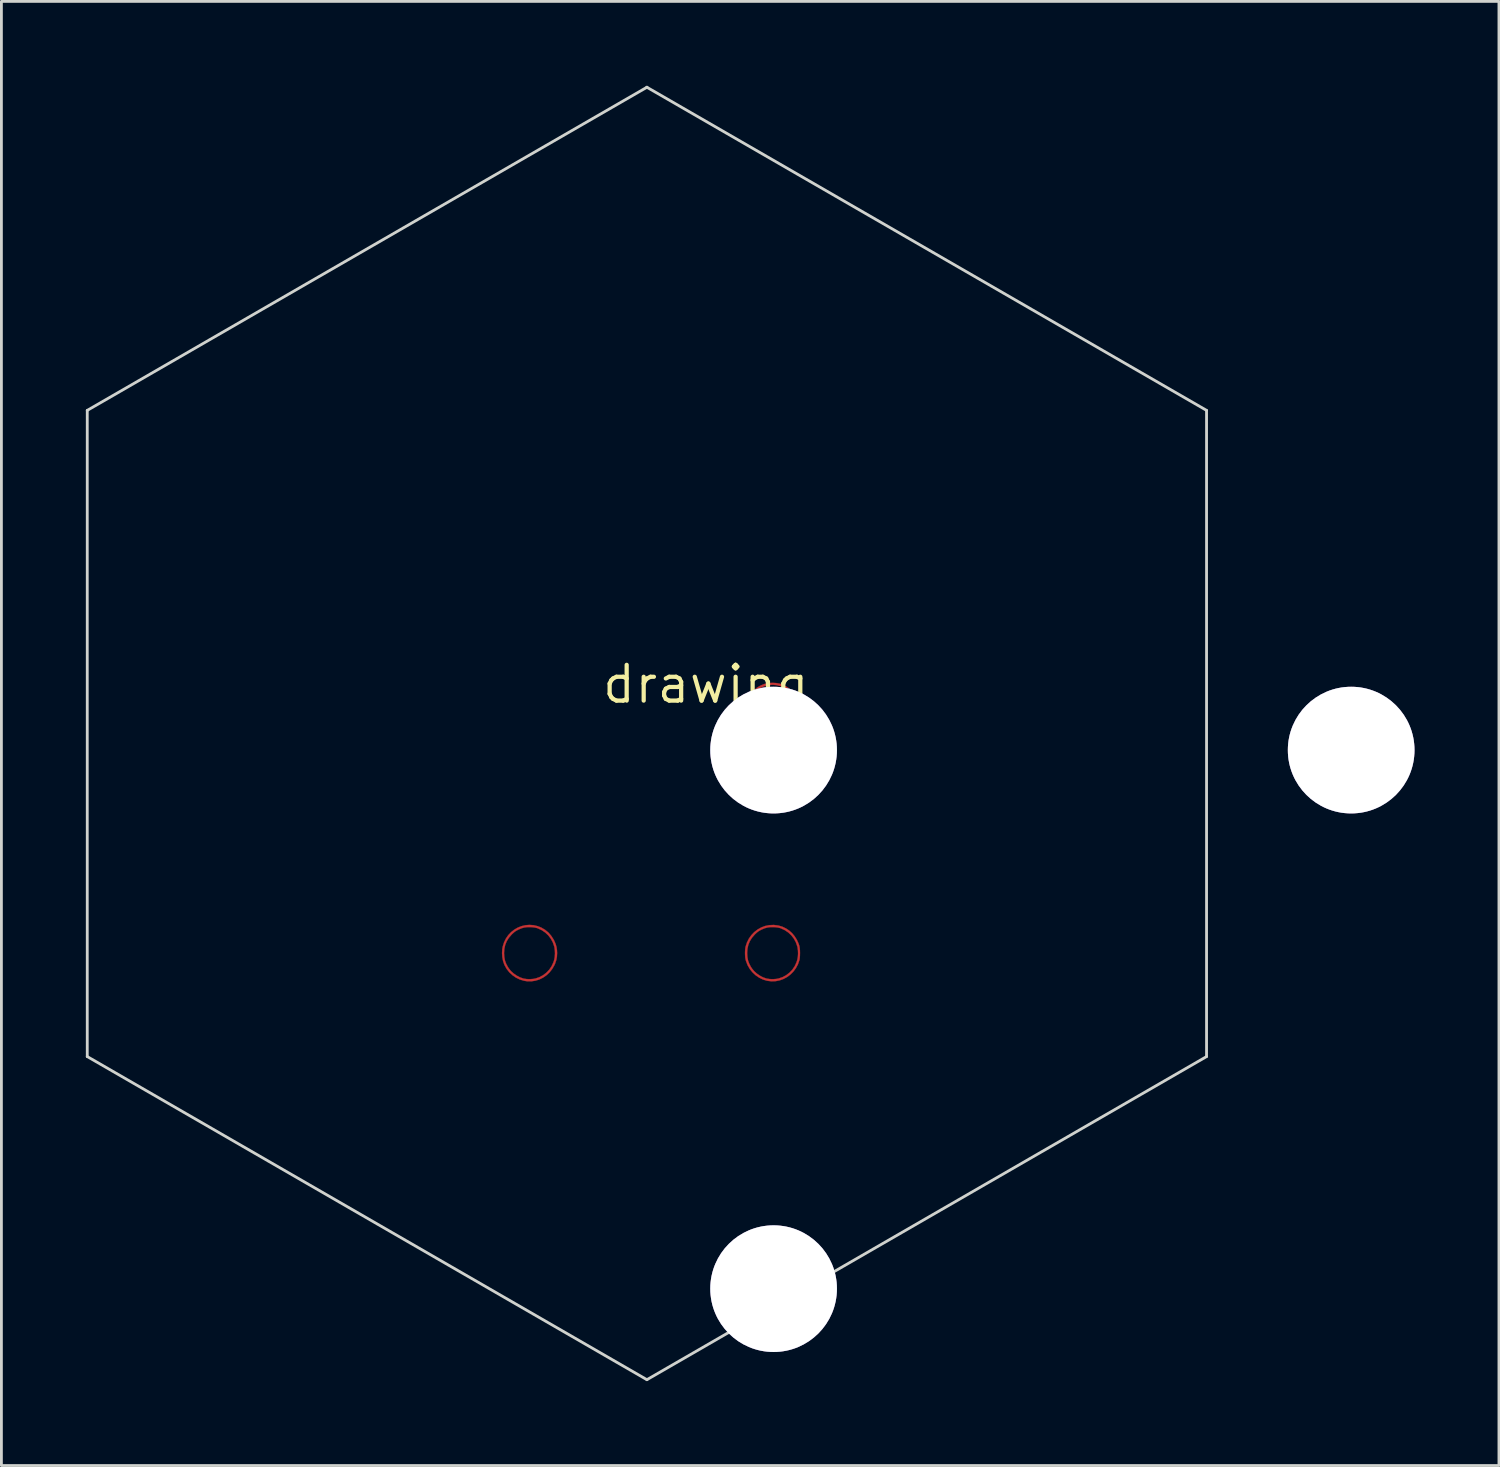
<source format=kicad_pcb>
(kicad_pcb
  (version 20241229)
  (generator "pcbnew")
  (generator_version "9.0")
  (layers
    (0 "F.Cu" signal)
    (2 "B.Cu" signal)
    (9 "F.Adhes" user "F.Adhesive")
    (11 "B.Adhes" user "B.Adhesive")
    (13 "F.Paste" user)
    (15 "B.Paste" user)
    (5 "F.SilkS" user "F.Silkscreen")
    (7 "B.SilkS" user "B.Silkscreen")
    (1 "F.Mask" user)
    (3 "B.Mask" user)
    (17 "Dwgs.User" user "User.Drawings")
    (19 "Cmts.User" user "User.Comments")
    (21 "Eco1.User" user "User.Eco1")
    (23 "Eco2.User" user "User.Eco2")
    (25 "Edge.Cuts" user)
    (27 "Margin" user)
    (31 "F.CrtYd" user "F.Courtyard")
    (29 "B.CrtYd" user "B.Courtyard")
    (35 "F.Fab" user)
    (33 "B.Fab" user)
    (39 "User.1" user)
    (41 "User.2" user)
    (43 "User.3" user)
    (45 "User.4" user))
  (footprint "drawing"
    (layer "F.Cu")
    (at 22.025 21.26)
    (property "Reference" "drawing" (at 0 0 0) (layer "F.SilkS") (effects (font (size 1.27 1.27) (thickness 0.15))))
    (attr through_hole)
    (fp_poly (pts (xy -6.121 8.558) (xy -5.976 8.592) (xy -5.848 8.642) (xy -5.713 8.721) (xy -5.594 8.818) (xy -5.492 8.936) (xy -5.406 9.071) (xy -5.385 9.112) (xy -5.336 9.226) (xy -5.305 9.333) (xy -5.288 9.443) (xy -5.283 9.55) (xy -5.29 9.68) (xy -5.312 9.797) (xy -5.35 9.912) (xy -5.379 9.978) (xy -5.458 10.115) (xy -5.553 10.236) (xy -5.663 10.339) (xy -5.785 10.423) (xy -5.917 10.488) (xy -6.057 10.531) (xy -6.203 10.552) (xy -6.353 10.549) (xy -6.458 10.533) (xy -6.606 10.488) (xy -6.745 10.421) (xy -6.871 10.334) (xy -6.983 10.229) (xy -7.078 10.107) (xy -7.154 9.97) (xy -7.158 9.96) (xy -7.202 9.835) (xy -7.229 9.697) (xy -7.239 9.555) (xy -7.239 9.55) (xy -7.168 9.55) (xy -7.16 9.686) (xy -7.137 9.809) (xy -7.095 9.925) (xy -7.033 10.042) (xy -6.996 10.098) (xy -6.922 10.189) (xy -6.828 10.274) (xy -6.721 10.349) (xy -6.608 10.409) (xy -6.494 10.45) (xy -6.463 10.458) (xy -6.358 10.473) (xy -6.243 10.476) (xy -6.13 10.467) (xy -6.05 10.452) (xy -5.909 10.404) (xy -5.779 10.334) (xy -5.662 10.244) (xy -5.561 10.138) (xy -5.478 10.015) (xy -5.415 9.879) (xy -5.384 9.782) (xy -5.366 9.682) (xy -5.359 9.569) (xy -5.363 9.455) (xy -5.377 9.349) (xy -5.384 9.317) (xy -5.434 9.172) (xy -5.505 9.039) (xy -5.596 8.92) (xy -5.705 8.818) (xy -5.83 8.734) (xy -5.969 8.67) (xy -5.994 8.661) (xy -6.073 8.642) (xy -6.172 8.63) (xy -6.218 8.627) (xy -6.338 8.627) (xy -6.444 8.64) (xy -6.547 8.668) (xy -6.654 8.713) (xy -6.671 8.722) (xy -6.732 8.754) (xy -6.783 8.787) (xy -6.831 8.827) (xy -6.887 8.879) (xy -6.897 8.889) (xy -6.997 9.005) (xy -7.073 9.127) (xy -7.127 9.259) (xy -7.158 9.401) (xy -7.168 9.55) (xy -7.239 9.55) (xy -7.232 9.414) (xy -7.214 9.313) (xy -7.166 9.164) (xy -7.099 9.029) (xy -7.015 8.908) (xy -6.915 8.803) (xy -6.802 8.715) (xy -6.679 8.644) (xy -6.547 8.592) (xy -6.408 8.559) (xy -6.266 8.548) (xy -6.121 8.558)) (stroke (width 0.01) (type solid)) (fill yes) (layer "F.Cu"))
    (fp_poly (pts (xy 2.498 -0.044) (xy 2.612 -0.025) (xy 2.673 -0.008) (xy 2.805 0.048) (xy 2.924 0.121) (xy 3.036 0.215) (xy 3.055 0.234) (xy 3.16 0.355) (xy 3.242 0.488) (xy 3.302 0.63) (xy 3.339 0.779) (xy 3.352 0.932) (xy 3.342 1.088) (xy 3.308 1.244) (xy 3.284 1.313) (xy 3.221 1.447) (xy 3.135 1.572) (xy 3.032 1.685) (xy 2.915 1.782) (xy 2.798 1.852) (xy 2.701 1.892) (xy 2.589 1.922) (xy 2.47 1.942) (xy 2.353 1.949) (xy 2.25 1.943) (xy 2.097 1.909) (xy 1.954 1.853) (xy 1.822 1.776) (xy 1.704 1.678) (xy 1.6 1.56) (xy 1.514 1.425) (xy 1.497 1.395) (xy 1.45 1.29) (xy 1.419 1.192) (xy 1.402 1.092) (xy 1.396 0.979) (xy 1.396 0.964) (xy 1.398 0.919) (xy 1.466 0.919) (xy 1.473 1.069) (xy 1.503 1.216) (xy 1.557 1.356) (xy 1.582 1.404) (xy 1.665 1.53) (xy 1.768 1.639) (xy 1.886 1.73) (xy 2.018 1.801) (xy 2.161 1.852) (xy 2.254 1.871) (xy 2.301 1.875) (xy 2.365 1.874) (xy 2.436 1.871) (xy 2.507 1.864) (xy 2.569 1.855) (xy 2.597 1.848) (xy 2.645 1.833) (xy 2.704 1.81) (xy 2.764 1.784) (xy 2.781 1.776) (xy 2.881 1.716) (xy 2.978 1.636) (xy 3.066 1.543) (xy 3.139 1.443) (xy 3.172 1.384) (xy 3.223 1.27) (xy 3.255 1.161) (xy 3.272 1.049) (xy 3.274 0.925) (xy 3.274 0.909) (xy 3.259 0.762) (xy 3.227 0.63) (xy 3.176 0.511) (xy 3.103 0.399) (xy 3.008 0.291) (xy 3.003 0.286) (xy 2.918 0.207) (xy 2.835 0.147) (xy 2.749 0.101) (xy 2.669 0.069) (xy 2.525 0.031) (xy 2.381 0.018) (xy 2.239 0.028) (xy 2.103 0.06) (xy 1.973 0.112) (xy 1.853 0.185) (xy 1.745 0.275) (xy 1.651 0.384) (xy 1.573 0.508) (xy 1.524 0.619) (xy 1.483 0.768) (xy 1.466 0.919) (xy 1.398 0.919) (xy 1.404 0.811) (xy 1.427 0.676) (xy 1.466 0.553) (xy 1.524 0.439) (xy 1.601 0.329) (xy 1.607 0.323) (xy 1.713 0.207) (xy 1.824 0.115) (xy 1.943 0.044) (xy 2.073 -0.008) (xy 2.14 -0.026) (xy 2.254 -0.045) (xy 2.376 -0.051) (xy 2.498 -0.044)) (stroke (width 0.01) (type solid)) (fill yes) (layer "F.Cu"))
    (fp_poly (pts (xy 2.426 8.551) (xy 2.578 8.571) (xy 2.719 8.612) (xy 2.851 8.676) (xy 2.962 8.75) (xy 3.063 8.84) (xy 3.154 8.95) (xy 3.232 9.074) (xy 3.293 9.206) (xy 3.323 9.296) (xy 3.335 9.363) (xy 3.343 9.446) (xy 3.346 9.538) (xy 3.344 9.631) (xy 3.338 9.717) (xy 3.327 9.789) (xy 3.323 9.804) (xy 3.271 9.952) (xy 3.199 10.086) (xy 3.11 10.206) (xy 3.006 10.311) (xy 2.889 10.399) (xy 2.761 10.468) (xy 2.625 10.518) (xy 2.482 10.546) (xy 2.336 10.552) (xy 2.187 10.534) (xy 2.178 10.533) (xy 2.031 10.489) (xy 1.894 10.422) (xy 1.768 10.336) (xy 1.657 10.232) (xy 1.561 10.112) (xy 1.484 9.978) (xy 1.428 9.832) (xy 1.413 9.779) (xy 1.401 9.709) (xy 1.395 9.622) (xy 1.393 9.55) (xy 1.468 9.55) (xy 1.476 9.686) (xy 1.499 9.809) (xy 1.541 9.925) (xy 1.603 10.042) (xy 1.64 10.098) (xy 1.714 10.189) (xy 1.808 10.274) (xy 1.915 10.349) (xy 2.028 10.409) (xy 2.142 10.45) (xy 2.173 10.458) (xy 2.278 10.473) (xy 2.393 10.476) (xy 2.506 10.467) (xy 2.586 10.452) (xy 2.727 10.404) (xy 2.857 10.334) (xy 2.974 10.244) (xy 3.075 10.138) (xy 3.158 10.015) (xy 3.221 9.879) (xy 3.252 9.782) (xy 3.27 9.682) (xy 3.277 9.569) (xy 3.273 9.455) (xy 3.259 9.349) (xy 3.252 9.317) (xy 3.202 9.172) (xy 3.131 9.039) (xy 3.04 8.92) (xy 2.931 8.818) (xy 2.806 8.734) (xy 2.667 8.67) (xy 2.642 8.661) (xy 2.563 8.642) (xy 2.464 8.63) (xy 2.418 8.627) (xy 2.298 8.627) (xy 2.192 8.64) (xy 2.089 8.668) (xy 1.982 8.713) (xy 1.965 8.722) (xy 1.904 8.754) (xy 1.853 8.787) (xy 1.805 8.827) (xy 1.749 8.879) (xy 1.739 8.889) (xy 1.639 9.005) (xy 1.563 9.127) (xy 1.509 9.259) (xy 1.478 9.401) (xy 1.468 9.55) (xy 1.393 9.55) (xy 1.393 9.529) (xy 1.397 9.438) (xy 1.406 9.357) (xy 1.413 9.321) (xy 1.462 9.172) (xy 1.53 9.036) (xy 1.617 8.913) (xy 1.72 8.805) (xy 1.836 8.714) (xy 1.965 8.641) (xy 2.102 8.588) (xy 2.247 8.558) (xy 2.398 8.55) (xy 2.426 8.551)) (stroke (width 0.01) (type solid)) (fill yes) (layer "F.Cu"))
    (fp_line (start -21.975 -9.731) (end -2.093 -21.21) (stroke (width 0.1) (type solid)) (layer "Edge.Cuts"))
    (fp_line (start -21.975 13.226) (end -21.975 -9.731) (stroke (width 0.1) (type solid)) (layer "Edge.Cuts"))
    (fp_line (start -2.093 -21.21) (end -2.093 -21.21) (stroke (width 0.1) (type solid)) (layer "Edge.Cuts"))
    (fp_line (start -2.093 -21.21) (end 17.789 -9.731) (stroke (width 0.1) (type solid)) (layer "Edge.Cuts"))
    (fp_line (start -2.093 24.705) (end -21.975 13.226) (stroke (width 0.1) (type solid)) (layer "Edge.Cuts"))
    (fp_line (start 17.789 -9.731) (end 17.789 13.226) (stroke (width 0.1) (type solid)) (layer "Edge.Cuts"))
    (fp_line (start 17.789 13.226) (end -2.093 24.705) (stroke (width 0.1) (type solid)) (layer "Edge.Cuts"))
    (pad "1" thru_hole circle (at 2.408 2.338) (size 4.5 4.5) (drill 4.5) (layers "*.Cu" "*.Mask"))
    (pad "2" thru_hole circle (at 22.927 2.338) (size 4.5 4.5) (drill 4.5) (layers "*.Cu" "*.Mask"))
    (pad "3" thru_hole circle (at 2.408 21.471) (size 4.5 4.5) (drill 4.5) (layers "*.Cu" "*.Mask")))
  (gr_rect
    (start -3 -3)
    (end 50.202 49.015)
    (stroke (width 0.1) (type default))
    (fill no)
    (layer "Edge.Cuts")))
</source>
